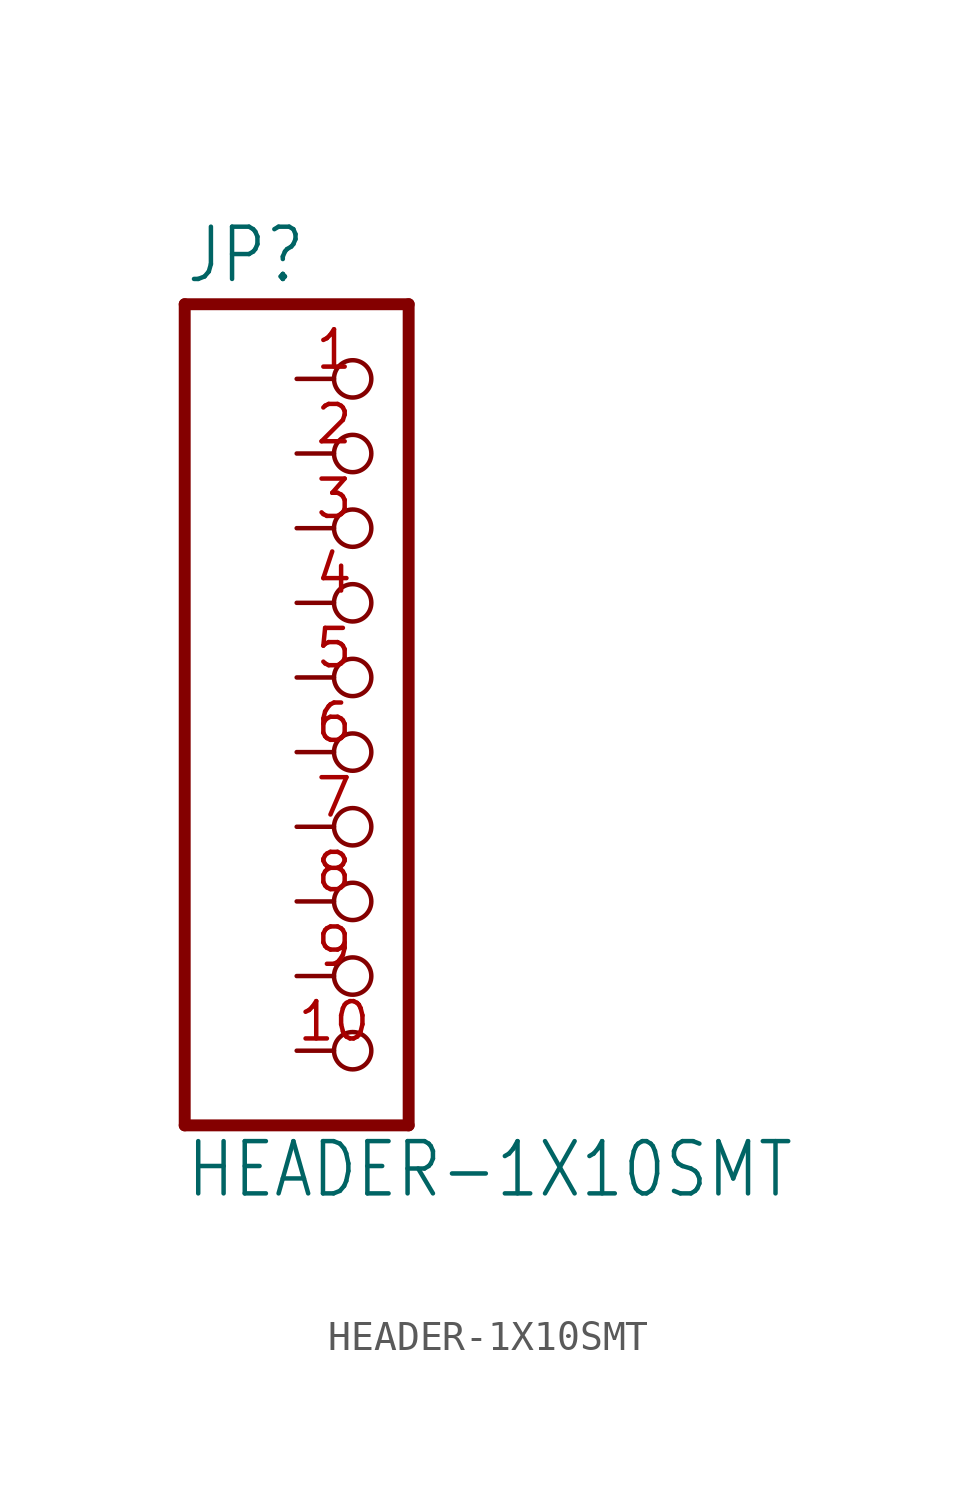
<source format=kicad_sym>
(kicad_symbol_lib
  (version 20211014)
  (generator kicad_symbol_editor)
  (symbol "HEADER-1X10SMT"
    (property "Reference" "JP"
      (at -6.35 13.335 0)
      (effects (font (size 1.778 1.511)) (justify left bottom)))
    (property "Value" "HEADER-1X10SMT"
      (at -6.35 -17.78 0)
      (effects (font (size 1.778 1.511)) (justify left bottom)))
    (property "ki_locked" ""
      (at 0 0 0)
      (effects (font (size 1.27 1.27))))
    (symbol "HEADER-1X10SMT_1_0"
      (polyline (pts (xy -6.35 -15.24) (xy 1.27 -15.24)) (stroke (width 0.406) (type default) (color 0 0 0 0)) (fill (type none)))
      (polyline (pts (xy -6.35 12.7) (xy -6.35 -15.24)) (stroke (width 0.406) (type default) (color 0 0 0 0)) (fill (type none)))
      (polyline (pts (xy 1.27 -15.24) (xy 1.27 12.7)) (stroke (width 0.406) (type default) (color 0 0 0 0)) (fill (type none)))
      (polyline (pts (xy 1.27 12.7) (xy -6.35 12.7)) (stroke (width 0.406) (type default) (color 0 0 0 0)) (fill (type none)))
      (pin passive inverted (at -2.54 10.16 0) (length 2.54) (name "1" (effects (font (size 0 0)))) (number "1" (effects (font (size 1.27 1.27)))))
      (pin passive inverted (at -2.54 -12.7 0) (length 2.54) (name "10" (effects (font (size 0 0)))) (number "10" (effects (font (size 1.27 1.27)))))
      (pin passive inverted (at -2.54 7.62 0) (length 2.54) (name "2" (effects (font (size 0 0)))) (number "2" (effects (font (size 1.27 1.27)))))
      (pin passive inverted (at -2.54 5.08 0) (length 2.54) (name "3" (effects (font (size 0 0)))) (number "3" (effects (font (size 1.27 1.27)))))
      (pin passive inverted (at -2.54 2.54 0) (length 2.54) (name "4" (effects (font (size 0 0)))) (number "4" (effects (font (size 1.27 1.27)))))
      (pin passive inverted (at -2.54 0 0) (length 2.54) (name "5" (effects (font (size 0 0)))) (number "5" (effects (font (size 1.27 1.27)))))
      (pin passive inverted (at -2.54 -2.54 0) (length 2.54) (name "6" (effects (font (size 0 0)))) (number "6" (effects (font (size 1.27 1.27)))))
      (pin passive inverted (at -2.54 -5.08 0) (length 2.54) (name "7" (effects (font (size 0 0)))) (number "7" (effects (font (size 1.27 1.27)))))
      (pin passive inverted (at -2.54 -7.62 0) (length 2.54) (name "8" (effects (font (size 0 0)))) (number "8" (effects (font (size 1.27 1.27)))))
      (pin passive inverted (at -2.54 -10.16 0) (length 2.54) (name "9" (effects (font (size 0 0)))) (number "9" (effects (font (size 1.27 1.27))))))))
</source>
